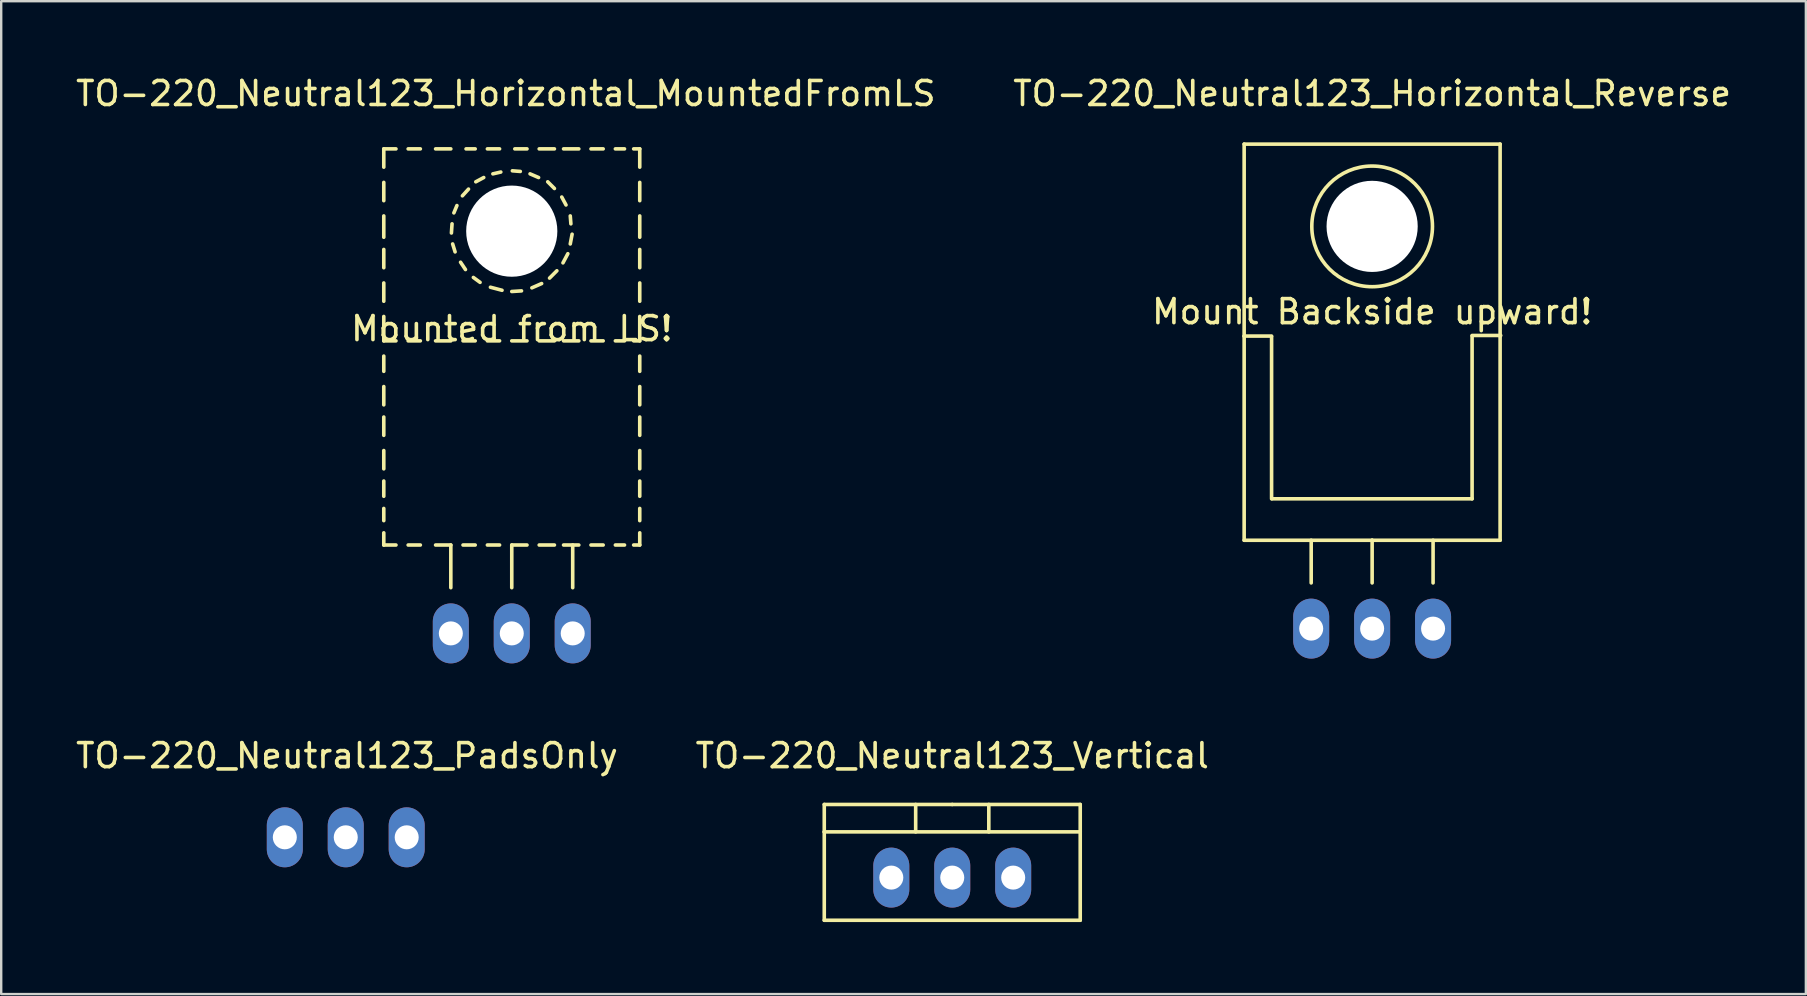
<source format=kicad_pcb>
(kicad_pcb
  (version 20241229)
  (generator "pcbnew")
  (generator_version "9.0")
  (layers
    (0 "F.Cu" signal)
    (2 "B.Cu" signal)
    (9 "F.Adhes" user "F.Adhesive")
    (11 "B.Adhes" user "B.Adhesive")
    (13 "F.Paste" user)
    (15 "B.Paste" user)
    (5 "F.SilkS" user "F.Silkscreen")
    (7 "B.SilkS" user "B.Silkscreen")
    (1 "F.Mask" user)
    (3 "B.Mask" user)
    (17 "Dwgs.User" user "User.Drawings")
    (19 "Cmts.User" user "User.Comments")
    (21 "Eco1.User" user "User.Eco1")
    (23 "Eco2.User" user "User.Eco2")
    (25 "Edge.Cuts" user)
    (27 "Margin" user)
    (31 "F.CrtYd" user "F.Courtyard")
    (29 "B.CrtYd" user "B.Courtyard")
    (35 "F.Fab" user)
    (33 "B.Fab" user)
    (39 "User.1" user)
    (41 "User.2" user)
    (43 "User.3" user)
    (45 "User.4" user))
  (footprint "TO-220_Neutral123_Horizontal_MountedFromLS"
    (layer "F.Cu")
    (at 18.279 23.348)
    (property "Reference" "TO-220_Neutral123_Horizontal_MountedFromLS" (at -0.249 -22.499 0) (layer "F.SilkS") (effects (font (size 1 1) (thickness 0.15))))
    (attr through_hole)
    (fp_line (start -5.334 -20.193) (end -5.334 -19.431) (stroke (width 0.15) (type solid)) (layer "F.SilkS"))
    (fp_line (start -5.334 -20.193) (end -4.826 -20.193) (stroke (width 0.15) (type solid)) (layer "F.SilkS"))
    (fp_line (start -5.334 -18.796) (end -5.334 -18.034) (stroke (width 0.15) (type solid)) (layer "F.SilkS"))
    (fp_line (start -5.334 -17.399) (end -5.334 -16.51) (stroke (width 0.15) (type solid)) (layer "F.SilkS"))
    (fp_line (start -5.334 -16.002) (end -5.334 -15.24) (stroke (width 0.15) (type solid)) (layer "F.SilkS"))
    (fp_line (start -5.334 -14.605) (end -5.334 -13.843) (stroke (width 0.15) (type solid)) (layer "F.SilkS"))
    (fp_line (start -5.334 -13.208) (end -5.334 -12.192) (stroke (width 0.15) (type solid)) (layer "F.SilkS"))
    (fp_line (start -5.334 -12.192) (end -4.826 -12.192) (stroke (width 0.15) (type solid)) (layer "F.SilkS"))
    (fp_line (start -5.334 -11.557) (end -5.334 -10.922) (stroke (width 0.15) (type solid)) (layer "F.SilkS"))
    (fp_line (start -5.334 -10.287) (end -5.334 -9.525) (stroke (width 0.15) (type solid)) (layer "F.SilkS"))
    (fp_line (start -5.334 -9.017) (end -5.334 -8.255) (stroke (width 0.15) (type solid)) (layer "F.SilkS"))
    (fp_line (start -5.334 -7.62) (end -5.334 -6.858) (stroke (width 0.15) (type solid)) (layer "F.SilkS"))
    (fp_line (start -5.334 -6.35) (end -5.334 -5.715) (stroke (width 0.15) (type solid)) (layer "F.SilkS"))
    (fp_line (start -5.334 -5.207) (end -5.334 -4.699) (stroke (width 0.15) (type solid)) (layer "F.SilkS"))
    (fp_line (start -5.334 -4.191) (end -5.334 -3.683) (stroke (width 0.15) (type solid)) (layer "F.SilkS"))
    (fp_line (start -5.334 -3.683) (end -4.826 -3.683) (stroke (width 0.15) (type solid)) (layer "F.SilkS"))
    (fp_line (start -4.318 -20.193) (end -3.81 -20.193) (stroke (width 0.15) (type solid)) (layer "F.SilkS"))
    (fp_line (start -4.318 -12.192) (end -3.81 -12.192) (stroke (width 0.15) (type solid)) (layer "F.SilkS"))
    (fp_line (start -4.318 -3.683) (end -3.81 -3.683) (stroke (width 0.15) (type solid)) (layer "F.SilkS"))
    (fp_line (start -3.175 -20.193) (end -2.54 -20.193) (stroke (width 0.15) (type solid)) (layer "F.SilkS"))
    (fp_line (start -3.175 -12.192) (end -2.54 -12.192) (stroke (width 0.15) (type solid)) (layer "F.SilkS"))
    (fp_line (start -3.175 -3.683) (end -2.54 -3.683) (stroke (width 0.15) (type solid)) (layer "F.SilkS"))
    (fp_line (start -2.54 -3.683) (end -2.54 -1.905) (stroke (width 0.15) (type solid)) (layer "F.SilkS"))
    (fp_line (start -2.515 -16.688) (end -2.489 -17.069) (stroke (width 0.15) (type solid)) (layer "F.SilkS"))
    (fp_line (start -2.413 -17.526) (end -2.286 -17.831) (stroke (width 0.15) (type solid)) (layer "F.SilkS"))
    (fp_line (start -2.362 -15.9) (end -2.464 -16.231) (stroke (width 0.15) (type solid)) (layer "F.SilkS"))
    (fp_line (start -2.057 -18.237) (end -1.803 -18.517) (stroke (width 0.15) (type solid)) (layer "F.SilkS"))
    (fp_line (start -2.032 -12.192) (end -1.524 -12.192) (stroke (width 0.15) (type solid)) (layer "F.SilkS"))
    (fp_line (start -2.032 -3.683) (end -1.524 -3.683) (stroke (width 0.15) (type solid)) (layer "F.SilkS"))
    (fp_line (start -1.93 -15.164) (end -2.134 -15.469) (stroke (width 0.15) (type solid)) (layer "F.SilkS"))
    (fp_line (start -1.905 -20.193) (end -1.524 -20.193) (stroke (width 0.15) (type solid)) (layer "F.SilkS"))
    (fp_line (start -1.499 -18.821) (end -1.168 -18.999) (stroke (width 0.15) (type solid)) (layer "F.SilkS"))
    (fp_line (start -1.321 -14.63) (end -1.6 -14.834) (stroke (width 0.15) (type solid)) (layer "F.SilkS"))
    (fp_line (start -1.016 -20.193) (end -0.508 -20.193) (stroke (width 0.15) (type solid)) (layer "F.SilkS"))
    (fp_line (start -1.016 -12.192) (end -0.508 -12.192) (stroke (width 0.15) (type solid)) (layer "F.SilkS"))
    (fp_line (start -1.016 -3.683) (end -0.508 -3.683) (stroke (width 0.15) (type solid)) (layer "F.SilkS"))
    (fp_line (start -0.787 -19.152) (end -0.457 -19.228) (stroke (width 0.15) (type solid)) (layer "F.SilkS"))
    (fp_line (start -0.406 -14.3) (end -0.889 -14.427) (stroke (width 0.15) (type solid)) (layer "F.SilkS"))
    (fp_line (start 0 -12.192) (end 0.635 -12.192) (stroke (width 0.15) (type solid)) (layer "F.SilkS"))
    (fp_line (start 0 -3.683) (end 0 -1.905) (stroke (width 0.15) (type solid)) (layer "F.SilkS"))
    (fp_line (start 0 -3.683) (end 0.635 -3.683) (stroke (width 0.15) (type solid)) (layer "F.SilkS"))
    (fp_line (start 0.025 -19.279) (end 0.356 -19.253) (stroke (width 0.15) (type solid)) (layer "F.SilkS"))
    (fp_line (start 0.127 -20.193) (end 0.635 -20.193) (stroke (width 0.15) (type solid)) (layer "F.SilkS"))
    (fp_line (start 0.406 -14.275) (end 0 -14.249) (stroke (width 0.15) (type solid)) (layer "F.SilkS"))
    (fp_line (start 0.762 -19.152) (end 1.118 -18.999) (stroke (width 0.15) (type solid)) (layer "F.SilkS"))
    (fp_line (start 1.143 -20.193) (end 1.778 -20.193) (stroke (width 0.15) (type solid)) (layer "F.SilkS"))
    (fp_line (start 1.143 -12.192) (end 1.778 -12.192) (stroke (width 0.15) (type solid)) (layer "F.SilkS"))
    (fp_line (start 1.143 -3.683) (end 1.778 -3.683) (stroke (width 0.15) (type solid)) (layer "F.SilkS"))
    (fp_line (start 1.245 -14.58) (end 0.838 -14.402) (stroke (width 0.15) (type solid)) (layer "F.SilkS"))
    (fp_line (start 1.499 -18.821) (end 1.778 -18.542) (stroke (width 0.15) (type solid)) (layer "F.SilkS"))
    (fp_line (start 1.88 -15.113) (end 1.575 -14.808) (stroke (width 0.15) (type solid)) (layer "F.SilkS"))
    (fp_line (start 2.083 -18.186) (end 2.261 -17.856) (stroke (width 0.15) (type solid)) (layer "F.SilkS"))
    (fp_line (start 2.159 -20.193) (end 2.794 -20.193) (stroke (width 0.15) (type solid)) (layer "F.SilkS"))
    (fp_line (start 2.159 -12.192) (end 2.794 -12.192) (stroke (width 0.15) (type solid)) (layer "F.SilkS"))
    (fp_line (start 2.159 -3.683) (end 2.794 -3.683) (stroke (width 0.15) (type solid)) (layer "F.SilkS"))
    (fp_line (start 2.337 -15.824) (end 2.134 -15.443) (stroke (width 0.15) (type solid)) (layer "F.SilkS"))
    (fp_line (start 2.438 -17.399) (end 2.464 -17.069) (stroke (width 0.15) (type solid)) (layer "F.SilkS"))
    (fp_line (start 2.515 -16.637) (end 2.438 -16.231) (stroke (width 0.15) (type solid)) (layer "F.SilkS"))
    (fp_line (start 2.54 -3.683) (end 2.54 -1.905) (stroke (width 0.15) (type solid)) (layer "F.SilkS"))
    (fp_line (start 3.302 -20.193) (end 3.81 -20.193) (stroke (width 0.15) (type solid)) (layer "F.SilkS"))
    (fp_line (start 3.302 -12.192) (end 3.81 -12.192) (stroke (width 0.15) (type solid)) (layer "F.SilkS"))
    (fp_line (start 3.302 -3.683) (end 3.81 -3.683) (stroke (width 0.15) (type solid)) (layer "F.SilkS"))
    (fp_line (start 4.318 -20.193) (end 4.699 -20.193) (stroke (width 0.15) (type solid)) (layer "F.SilkS"))
    (fp_line (start 4.318 -12.192) (end 4.699 -12.192) (stroke (width 0.15) (type solid)) (layer "F.SilkS"))
    (fp_line (start 4.318 -3.683) (end 4.699 -3.683) (stroke (width 0.15) (type solid)) (layer "F.SilkS"))
    (fp_line (start 5.08 -20.193) (end 5.334 -20.193) (stroke (width 0.15) (type solid)) (layer "F.SilkS"))
    (fp_line (start 5.08 -12.192) (end 5.334 -12.192) (stroke (width 0.15) (type solid)) (layer "F.SilkS"))
    (fp_line (start 5.08 -3.683) (end 5.334 -3.683) (stroke (width 0.15) (type solid)) (layer "F.SilkS"))
    (fp_line (start 5.334 -20.193) (end 5.334 -19.431) (stroke (width 0.15) (type solid)) (layer "F.SilkS"))
    (fp_line (start 5.334 -18.796) (end 5.334 -18.034) (stroke (width 0.15) (type solid)) (layer "F.SilkS"))
    (fp_line (start 5.334 -17.399) (end 5.334 -16.51) (stroke (width 0.15) (type solid)) (layer "F.SilkS"))
    (fp_line (start 5.334 -16.002) (end 5.334 -15.24) (stroke (width 0.15) (type solid)) (layer "F.SilkS"))
    (fp_line (start 5.334 -14.605) (end 5.334 -13.843) (stroke (width 0.15) (type solid)) (layer "F.SilkS"))
    (fp_line (start 5.334 -13.208) (end 5.334 -12.192) (stroke (width 0.15) (type solid)) (layer "F.SilkS"))
    (fp_line (start 5.334 -11.557) (end 5.334 -10.922) (stroke (width 0.15) (type solid)) (layer "F.SilkS"))
    (fp_line (start 5.334 -10.287) (end 5.334 -9.525) (stroke (width 0.15) (type solid)) (layer "F.SilkS"))
    (fp_line (start 5.334 -9.017) (end 5.334 -8.255) (stroke (width 0.15) (type solid)) (layer "F.SilkS"))
    (fp_line (start 5.334 -7.62) (end 5.334 -6.858) (stroke (width 0.15) (type solid)) (layer "F.SilkS"))
    (fp_line (start 5.334 -6.35) (end 5.334 -5.715) (stroke (width 0.15) (type solid)) (layer "F.SilkS"))
    (fp_line (start 5.334 -5.207) (end 5.334 -4.699) (stroke (width 0.15) (type solid)) (layer "F.SilkS"))
    (fp_line (start 5.334 -4.191) (end 5.334 -3.683) (stroke (width 0.15) (type solid)) (layer "F.SilkS"))
    (fp_text user "Mounted from LS!" (at 0 -12.7 0) (layer "F.SilkS") (effects (font (size 1 1) (thickness 0.15))))
    (pad "" np_thru_hole circle (at 0 -16.764 90) (size 3.8 3.8) (drill 3.8) (layers "*.Cu" "*.Mask"))
    (pad "1" thru_hole oval (at 2.54 0 90) (size 2.499 1.501) (drill 1.001) (layers "*.Cu" "*.Mask"))
    (pad "2" thru_hole oval (at 0 0 90) (size 2.499 1.501) (drill 1.001) (layers "*.Cu" "*.Mask"))
    (pad "3" thru_hole oval (at -2.54 0 90) (size 2.499 1.501) (drill 1.001) (layers "*.Cu" "*.Mask")))
  (footprint "TO-220_Neutral123_Vertical"
    (layer "F.Cu")
    (at 36.637 33.526)
    (property "Reference" "TO-220_Neutral123_Vertical" (at 0 -5.08 0) (layer "F.SilkS") (effects (font (size 1 1) (thickness 0.15))))
    (attr through_hole)
    (fp_line (start -5.334 -1.905) (end -5.334 -3.048) (stroke (width 0.15) (type solid)) (layer "F.SilkS"))
    (fp_line (start -5.334 1.778) (end -5.334 -1.905) (stroke (width 0.15) (type solid)) (layer "F.SilkS"))
    (fp_line (start -1.524 -3.048) (end -1.524 -1.905) (stroke (width 0.15) (type solid)) (layer "F.SilkS"))
    (fp_line (start 0 -3.048) (end -5.334 -3.048) (stroke (width 0.15) (type solid)) (layer "F.SilkS"))
    (fp_line (start 0 -3.048) (end 5.334 -3.048) (stroke (width 0.15) (type solid)) (layer "F.SilkS"))
    (fp_line (start 1.524 -3.048) (end 1.524 -1.905) (stroke (width 0.15) (type solid)) (layer "F.SilkS"))
    (fp_line (start 5.334 -3.048) (end 5.334 -1.905) (stroke (width 0.15) (type solid)) (layer "F.SilkS"))
    (fp_line (start 5.334 -1.905) (end -5.334 -1.905) (stroke (width 0.15) (type solid)) (layer "F.SilkS"))
    (fp_line (start 5.334 -1.905) (end 5.334 1.778) (stroke (width 0.15) (type solid)) (layer "F.SilkS"))
    (fp_line (start 5.334 1.778) (end -5.334 1.778) (stroke (width 0.15) (type solid)) (layer "F.SilkS"))
    (pad "1" thru_hole oval (at -2.54 0 90) (size 2.499 1.501) (drill 1.001) (layers "*.Cu" "*.Mask"))
    (pad "2" thru_hole oval (at 0 0 90) (size 2.499 1.501) (drill 1.001) (layers "*.Cu" "*.Mask"))
    (pad "3" thru_hole oval (at 2.54 0 90) (size 2.499 1.501) (drill 1.001) (layers "*.Cu" "*.Mask")))
  (footprint "TO-220_Neutral123_Horizontal_Reverse"
    (layer "F.Cu")
    (at 54.137 23.149)
    (property "Reference" "TO-220_Neutral123_Horizontal_Reverse" (at 0 -22.301 0) (layer "F.SilkS") (effects (font (size 1 1) (thickness 0.15))))
    (attr through_hole)
    (fp_line (start -5.334 -20.193) (end -5.334 -12.192) (stroke (width 0.15) (type solid)) (layer "F.SilkS"))
    (fp_line (start -5.334 -12.192) (end -5.334 -3.683) (stroke (width 0.15) (type solid)) (layer "F.SilkS"))
    (fp_line (start -4.191 -12.192) (end -5.334 -12.192) (stroke (width 0.15) (type solid)) (layer "F.SilkS"))
    (fp_line (start -4.191 -5.41) (end -4.191 -12.167) (stroke (width 0.15) (type solid)) (layer "F.SilkS"))
    (fp_line (start -2.54 -3.683) (end -2.54 -1.905) (stroke (width 0.15) (type solid)) (layer "F.SilkS"))
    (fp_line (start 0 -3.683) (end -5.334 -3.683) (stroke (width 0.15) (type solid)) (layer "F.SilkS"))
    (fp_line (start 0 -3.683) (end 0 -1.905) (stroke (width 0.15) (type solid)) (layer "F.SilkS"))
    (fp_line (start 0 -3.683) (end 5.334 -3.683) (stroke (width 0.15) (type solid)) (layer "F.SilkS"))
    (fp_line (start 2.54 -3.683) (end 2.54 -1.905) (stroke (width 0.15) (type solid)) (layer "F.SilkS"))
    (fp_line (start 4.166 -12.217) (end 5.359 -12.217) (stroke (width 0.15) (type solid)) (layer "F.SilkS"))
    (fp_line (start 4.166 -12.192) (end 4.166 -5.41) (stroke (width 0.15) (type solid)) (layer "F.SilkS"))
    (fp_line (start 4.166 -5.41) (end -4.166 -5.41) (stroke (width 0.15) (type solid)) (layer "F.SilkS"))
    (fp_line (start 5.334 -20.193) (end -5.334 -20.193) (stroke (width 0.15) (type solid)) (layer "F.SilkS"))
    (fp_line (start 5.334 -12.192) (end 5.334 -20.193) (stroke (width 0.15) (type solid)) (layer "F.SilkS"))
    (fp_line (start 5.334 -3.683) (end 5.334 -12.192) (stroke (width 0.15) (type solid)) (layer "F.SilkS"))
    (fp_circle (center 0 -16.764) (end 1.778 -14.986) (stroke (width 0.15) (type solid)) (fill no) (layer "F.SilkS"))
    (fp_text user "Mount Backside upward!" (at 0 -13.208 0) (layer "F.SilkS") (effects (font (size 1 1) (thickness 0.15))))
    (pad "" np_thru_hole circle (at 0 -16.764 90) (size 3.8 3.8) (drill 3.8) (layers "*.Cu" "*.Mask"))
    (pad "1" thru_hole oval (at 2.54 0 90) (size 2.499 1.501) (drill 1.001) (layers "*.Cu" "*.Mask"))
    (pad "2" thru_hole oval (at 0 0 90) (size 2.499 1.501) (drill 1.001) (layers "*.Cu" "*.Mask"))
    (pad "3" thru_hole oval (at -2.54 0 90) (size 2.499 1.501) (drill 1.001) (layers "*.Cu" "*.Mask")))
  (footprint "TO-220_Neutral123_PadsOnly"
    (layer "F.Cu")
    (at 11.36 31.847)
    (property "Reference" "TO-220_Neutral123_PadsOnly" (at 0.051 -3.401 0) (layer "F.SilkS") (effects (font (size 1 1) (thickness 0.15))))
    (attr through_hole)
    (pad "1" thru_hole oval (at -2.54 0 90) (size 2.499 1.501) (drill 1.001) (layers "*.Cu" "*.Mask"))
    (pad "2" thru_hole oval (at 0 0 90) (size 2.499 1.501) (drill 1.001) (layers "*.Cu" "*.Mask"))
    (pad "3" thru_hole oval (at 2.54 0 90) (size 2.499 1.501) (drill 1.001) (layers "*.Cu" "*.Mask")))
  (gr_rect
    (start -3 -3)
    (end 72.214 38.379)
    (stroke (width 0.1) (type default))
    (fill no)
    (layer "Edge.Cuts")))
</source>
